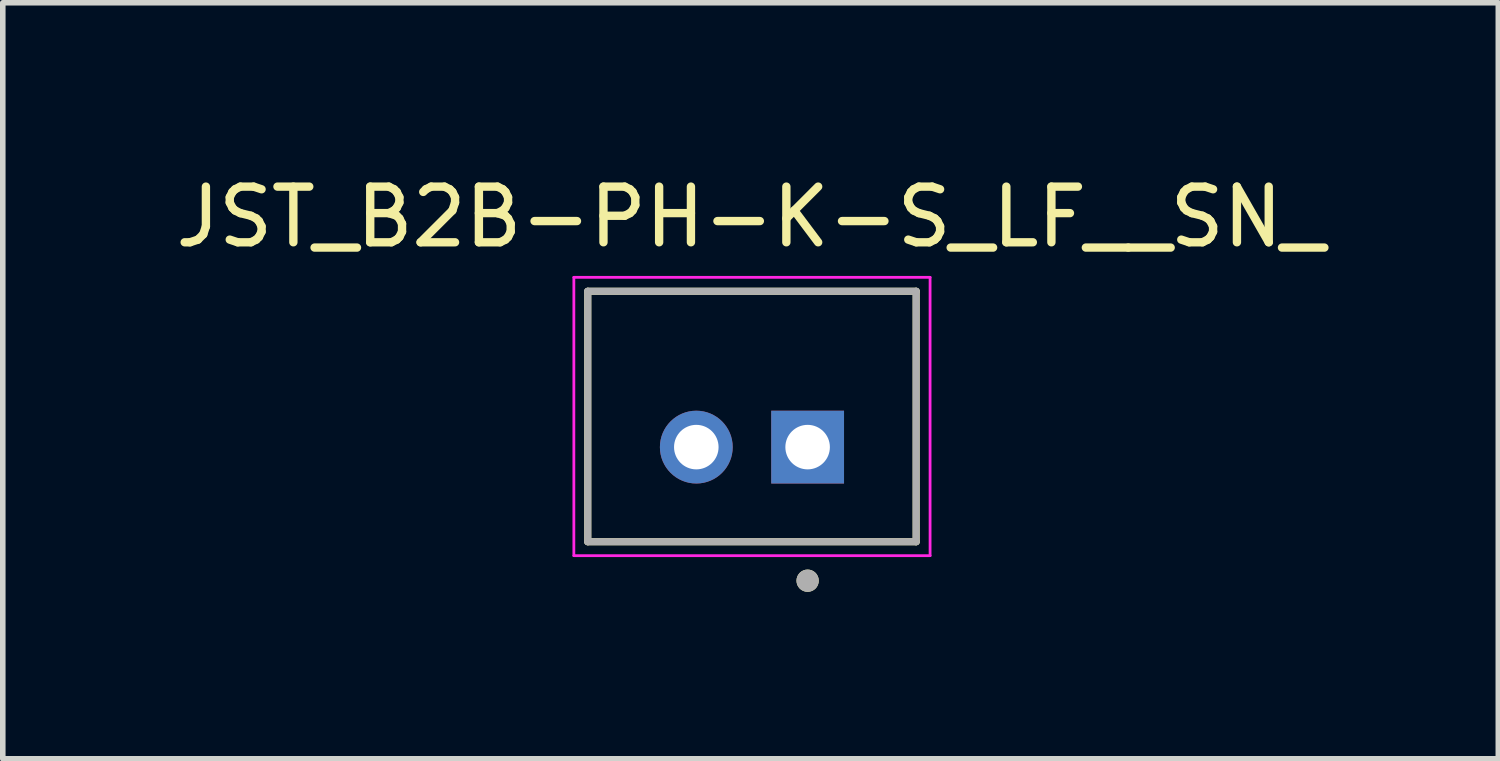
<source format=kicad_pcb>
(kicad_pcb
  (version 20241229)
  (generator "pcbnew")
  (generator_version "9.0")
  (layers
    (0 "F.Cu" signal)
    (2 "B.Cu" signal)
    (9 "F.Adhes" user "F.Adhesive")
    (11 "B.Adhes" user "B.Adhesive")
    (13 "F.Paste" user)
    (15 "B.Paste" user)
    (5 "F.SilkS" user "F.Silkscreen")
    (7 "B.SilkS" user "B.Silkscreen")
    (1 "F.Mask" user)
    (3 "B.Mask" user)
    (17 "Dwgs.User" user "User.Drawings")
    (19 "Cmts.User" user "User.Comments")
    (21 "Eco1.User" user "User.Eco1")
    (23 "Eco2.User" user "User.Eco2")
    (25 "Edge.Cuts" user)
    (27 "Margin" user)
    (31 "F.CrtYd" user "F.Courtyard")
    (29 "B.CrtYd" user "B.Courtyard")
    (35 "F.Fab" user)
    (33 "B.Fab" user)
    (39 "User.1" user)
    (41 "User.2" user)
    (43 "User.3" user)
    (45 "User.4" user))
  (footprint "JST_B2B-PH-K-S_LF__SN_"
    (layer "F.Cu")
    (at 10.46 4.433)
    (property "Reference" "JST_B2B-PH-K-S_LF__SN_" (at -0.025 -3.585 0) (layer "F.SilkS") (effects (font (size 1 1) (thickness 0.15))))
    (attr through_hole)
    (fp_line (start -2.95 -2.25) (end 2.95 -2.25) (stroke (width 0.127) (type solid)) (layer "F.SilkS"))
    (fp_line (start -2.95 2.25) (end -2.95 -2.25) (stroke (width 0.127) (type solid)) (layer "F.SilkS"))
    (fp_line (start 2.95 -2.25) (end 2.95 2.25) (stroke (width 0.127) (type solid)) (layer "F.SilkS"))
    (fp_line (start 2.95 2.25) (end -2.95 2.25) (stroke (width 0.127) (type solid)) (layer "F.SilkS"))
    (fp_circle (center 1 2.95) (end 1.1 2.95) (stroke (width 0.2) (type solid)) (fill no) (layer "F.SilkS"))
    (fp_line (start -3.2 -2.5) (end 3.2 -2.5) (stroke (width 0.05) (type solid)) (layer "F.CrtYd"))
    (fp_line (start -3.2 2.5) (end -3.2 -2.5) (stroke (width 0.05) (type solid)) (layer "F.CrtYd"))
    (fp_line (start 3.2 -2.5) (end 3.2 2.5) (stroke (width 0.05) (type solid)) (layer "F.CrtYd"))
    (fp_line (start 3.2 2.5) (end -3.2 2.5) (stroke (width 0.05) (type solid)) (layer "F.CrtYd"))
    (fp_line (start -2.95 -2.25) (end 2.95 -2.25) (stroke (width 0.127) (type solid)) (layer "F.Fab"))
    (fp_line (start -2.95 2.25) (end -2.95 -2.25) (stroke (width 0.127) (type solid)) (layer "F.Fab"))
    (fp_line (start 2.95 -2.25) (end 2.95 2.25) (stroke (width 0.127) (type solid)) (layer "F.Fab"))
    (fp_line (start 2.95 2.25) (end -2.95 2.25) (stroke (width 0.127) (type solid)) (layer "F.Fab"))
    (fp_circle (center 1 2.95) (end 1.1 2.95) (stroke (width 0.2) (type solid)) (fill no) (layer "F.Fab"))
    (pad "1" thru_hole rect (at 1 0.55) (size 1.308 1.308) (drill 0.8) (layers "*.Cu" "*.Mask"))
    (pad "2" thru_hole circle (at -1 0.55) (size 1.308 1.308) (drill 0.8) (layers "*.Cu" "*.Mask")))
  (gr_rect
    (start -3 -3)
    (end 23.869 10.583)
    (stroke (width 0.1) (type default))
    (fill no)
    (layer "Edge.Cuts")))
</source>
